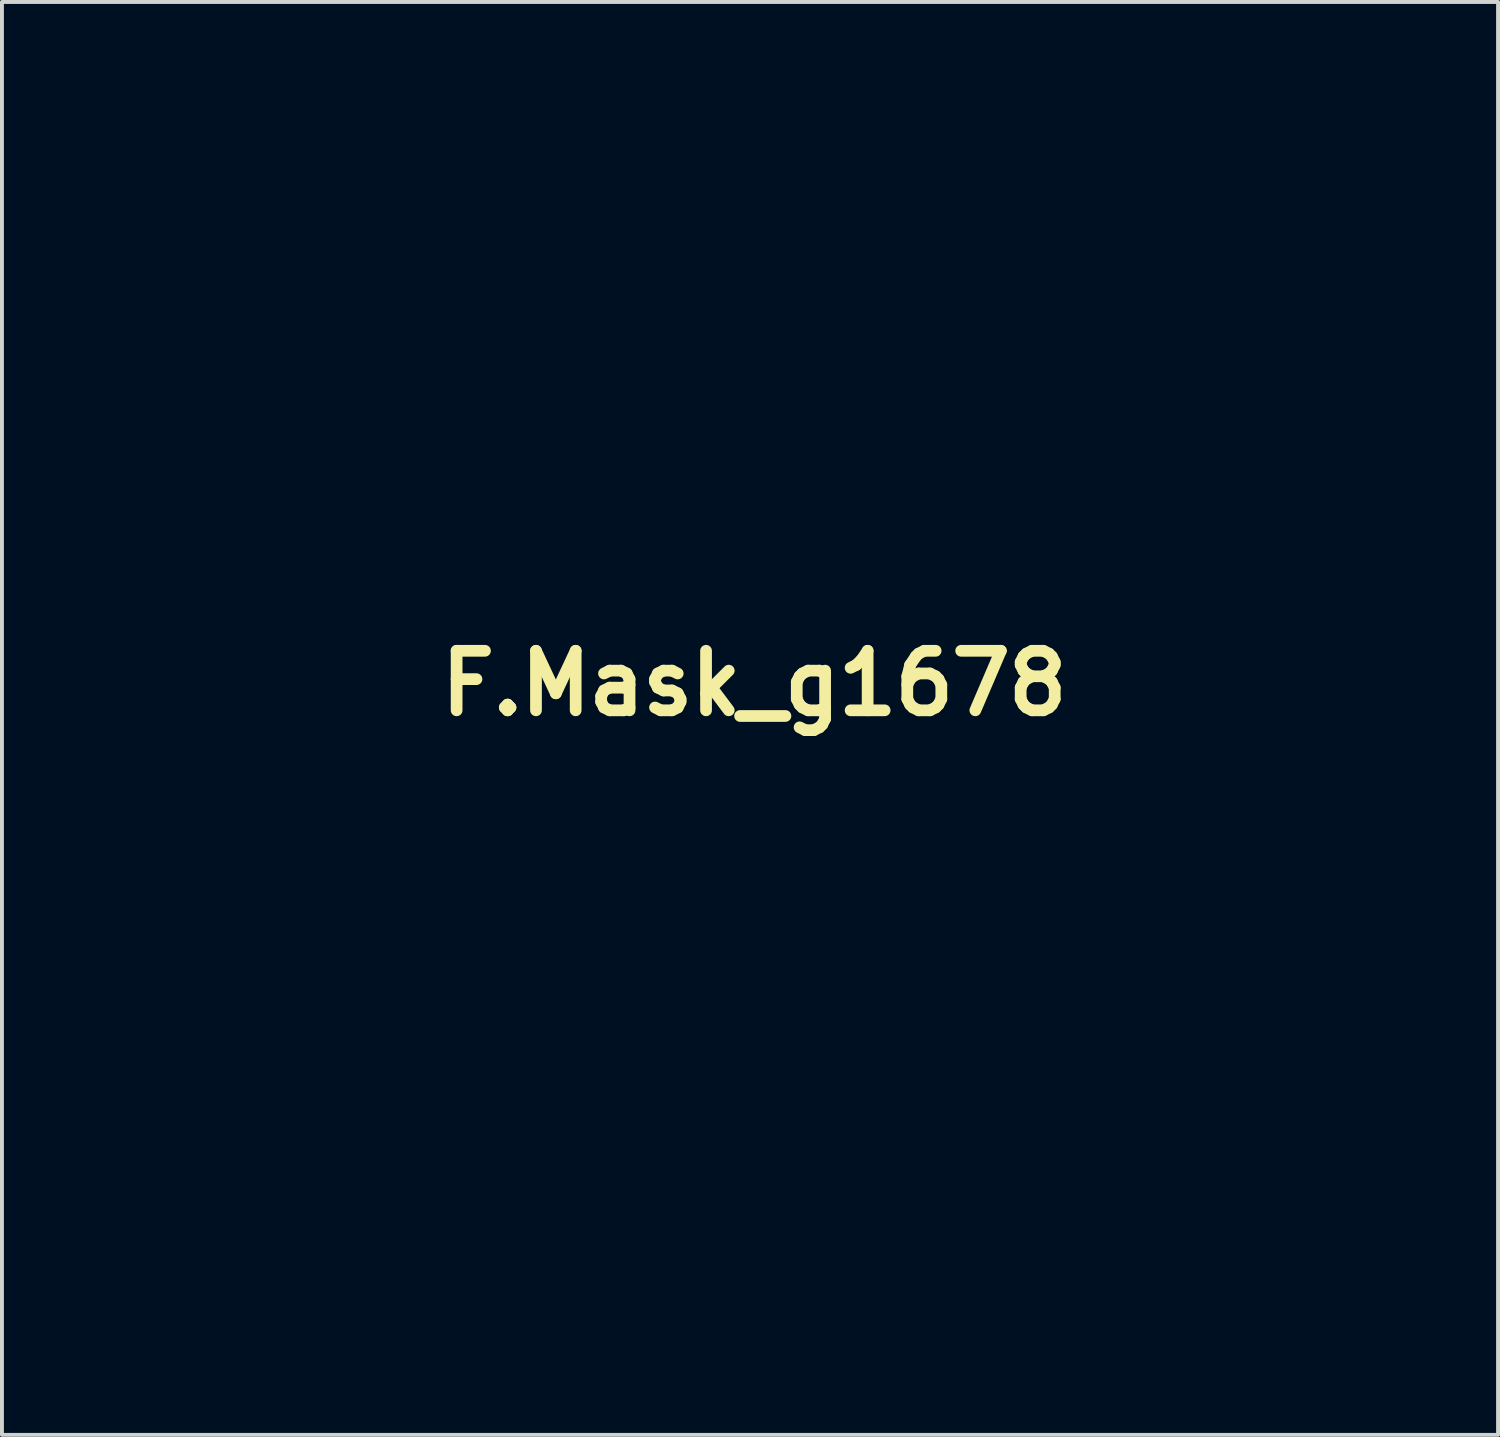
<source format=kicad_pcb>
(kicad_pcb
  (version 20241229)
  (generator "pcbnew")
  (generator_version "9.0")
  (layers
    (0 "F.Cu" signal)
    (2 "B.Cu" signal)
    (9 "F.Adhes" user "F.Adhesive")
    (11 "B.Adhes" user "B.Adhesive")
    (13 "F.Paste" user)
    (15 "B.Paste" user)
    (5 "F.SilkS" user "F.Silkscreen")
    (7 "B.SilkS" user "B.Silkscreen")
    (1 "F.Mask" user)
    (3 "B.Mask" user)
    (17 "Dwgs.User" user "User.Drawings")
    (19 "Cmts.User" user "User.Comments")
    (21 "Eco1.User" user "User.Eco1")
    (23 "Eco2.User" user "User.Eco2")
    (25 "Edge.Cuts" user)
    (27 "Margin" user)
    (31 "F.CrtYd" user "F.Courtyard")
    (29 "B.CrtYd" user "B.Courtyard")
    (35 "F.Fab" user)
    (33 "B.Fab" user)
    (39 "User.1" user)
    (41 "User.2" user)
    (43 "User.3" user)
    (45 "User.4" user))
  (footprint "F.Mask_g1678"
    (layer "F.Cu")
    (at 16.261 14.447)
    (property "Reference" "F.Mask_g1678" (at 0 0 0) (layer "F.SilkS") (effects (font (size 1.524 1.524) (thickness 0.3))))
    (attr through_hole)
    (fp_poly (pts (xy -16.002 -3.486) (xy -15.984 -3.407) (xy -15.967 -3.286) (xy -15.956 -3.179) (xy -15.945 -2.982) (xy -15.947 -2.8) (xy -15.962 -2.638) (xy -15.989 -2.504) (xy -16.023 -2.414) (xy -16.061 -2.348) (xy -16.108 -2.284) (xy -16.157 -2.228) (xy -16.201 -2.185) (xy -16.236 -2.162) (xy -16.254 -2.165) (xy -16.256 -2.175) (xy -16.25 -2.203) (xy -16.235 -2.257) (xy -16.224 -2.294) (xy -16.207 -2.363) (xy -16.189 -2.462) (xy -16.169 -2.593) (xy -16.147 -2.76) (xy -16.122 -2.965) (xy -16.096 -3.196) (xy -16.083 -3.306) (xy -16.07 -3.401) (xy -16.058 -3.474) (xy -16.048 -3.515) (xy -16.045 -3.521) (xy -16.023 -3.524) (xy -16.002 -3.486)) (stroke (width 0.01) (type solid)) (fill yes) (layer "F.Mask"))
    (fp_poly (pts (xy 16.04 4.011) (xy 16.037 4.045) (xy 16.015 4.104) (xy 15.975 4.192) (xy 15.914 4.312) (xy 15.876 4.386) (xy 15.712 4.725) (xy 15.579 5.051) (xy 15.474 5.375) (xy 15.394 5.709) (xy 15.335 6.064) (xy 15.334 6.075) (xy 15.314 6.212) (xy 15.297 6.312) (xy 15.281 6.379) (xy 15.265 6.418) (xy 15.247 6.434) (xy 15.241 6.435) (xy 15.223 6.416) (xy 15.204 6.371) (xy 15.199 6.355) (xy 15.178 6.243) (xy 15.165 6.104) (xy 15.161 5.955) (xy 15.166 5.812) (xy 15.175 5.734) (xy 15.212 5.522) (xy 15.265 5.306) (xy 15.329 5.091) (xy 15.404 4.881) (xy 15.487 4.683) (xy 15.575 4.5) (xy 15.666 4.339) (xy 15.758 4.204) (xy 15.849 4.101) (xy 15.937 4.034) (xy 15.943 4.03) (xy 15.992 4.007) (xy 16.025 4) (xy 16.04 4.011)) (stroke (width 0.01) (type solid)) (fill yes) (layer "F.Mask"))
    (fp_poly (pts (xy -8.513 -14.343) (xy -8.523 -14.233) (xy -8.567 -14.112) (xy -8.646 -13.977) (xy -8.762 -13.827) (xy -8.914 -13.661) (xy -8.999 -13.577) (xy -9.204 -13.39) (xy -9.418 -13.216) (xy -9.637 -13.058) (xy -9.857 -12.917) (xy -10.072 -12.797) (xy -10.277 -12.701) (xy -10.468 -12.631) (xy -10.639 -12.591) (xy -10.697 -12.584) (xy -10.77 -12.581) (xy -10.828 -12.582) (xy -10.853 -12.586) (xy -10.878 -12.608) (xy -10.88 -12.615) (xy -10.862 -12.631) (xy -10.814 -12.662) (xy -10.741 -12.704) (xy -10.652 -12.752) (xy -10.631 -12.763) (xy -10.423 -12.879) (xy -10.213 -13.007) (xy -9.992 -13.154) (xy -9.754 -13.325) (xy -9.684 -13.377) (xy -9.451 -13.554) (xy -9.24 -13.72) (xy -9.053 -13.874) (xy -8.893 -14.014) (xy -8.761 -14.137) (xy -8.661 -14.242) (xy -8.594 -14.326) (xy -8.59 -14.333) (xy -8.52 -14.442) (xy -8.513 -14.343)) (stroke (width 0.01) (type solid)) (fill yes) (layer "F.Mask"))
    (fp_poly (pts (xy -8.402 14.181) (xy -8.28 14.194) (xy -8.141 14.216) (xy -7.99 14.247) (xy -7.833 14.285) (xy -7.677 14.33) (xy -7.57 14.365) (xy -7.257 14.491) (xy -6.939 14.656) (xy -6.621 14.856) (xy -6.307 15.09) (xy -6.297 15.098) (xy -6.19 15.188) (xy -6.089 15.28) (xy -6 15.369) (xy -5.925 15.45) (xy -5.868 15.52) (xy -5.833 15.575) (xy -5.823 15.61) (xy -5.84 15.621) (xy -5.866 15.61) (xy -5.914 15.58) (xy -5.961 15.548) (xy -6.222 15.366) (xy -6.46 15.207) (xy -6.687 15.067) (xy -6.91 14.938) (xy -7.14 14.816) (xy -7.348 14.712) (xy -7.593 14.598) (xy -7.811 14.505) (xy -8.012 14.43) (xy -8.204 14.37) (xy -8.333 14.336) (xy -8.457 14.303) (xy -8.542 14.275) (xy -8.592 14.249) (xy -8.611 14.224) (xy -8.606 14.206) (xy -8.571 14.186) (xy -8.501 14.178) (xy -8.402 14.181)) (stroke (width 0.01) (type solid)) (fill yes) (layer "F.Mask"))
    (fp_poly (pts (xy 2.853 15.796) (xy 2.993 15.812) (xy 3.111 15.841) (xy 3.216 15.886) (xy 3.241 15.899) (xy 3.3 15.934) (xy 3.333 15.96) (xy 3.336 15.979) (xy 3.307 15.991) (xy 3.243 15.998) (xy 3.142 16.001) (xy 3.023 16.002) (xy 2.891 16.004) (xy 2.758 16.008) (xy 2.635 16.014) (xy 2.538 16.022) (xy 2.518 16.024) (xy 2.418 16.039) (xy 2.293 16.06) (xy 2.153 16.086) (xy 2.008 16.114) (xy 1.87 16.143) (xy 1.748 16.171) (xy 1.653 16.194) (xy 1.621 16.203) (xy 1.552 16.222) (xy 1.494 16.233) (xy 1.475 16.235) (xy 1.447 16.232) (xy 1.449 16.218) (xy 1.471 16.193) (xy 1.517 16.154) (xy 1.592 16.104) (xy 1.686 16.048) (xy 1.788 15.993) (xy 1.888 15.944) (xy 1.97 15.909) (xy 2.187 15.843) (xy 2.416 15.804) (xy 2.667 15.791) (xy 2.682 15.791) (xy 2.853 15.796)) (stroke (width 0.01) (type solid)) (fill yes) (layer "F.Mask"))
    (fp_poly (pts (xy -13.135 2.459) (xy -13.113 2.507) (xy -13.093 2.595) (xy -13.082 2.672) (xy -13.053 2.839) (xy -13.014 2.97) (xy -12.965 3.073) (xy -12.901 3.152) (xy -12.896 3.158) (xy -12.831 3.217) (xy -12.771 3.259) (xy -12.709 3.286) (xy -12.634 3.302) (xy -12.537 3.31) (xy -12.409 3.311) (xy -12.388 3.311) (xy -12.284 3.312) (xy -12.198 3.315) (xy -12.137 3.319) (xy -12.108 3.325) (xy -12.107 3.327) (xy -12.125 3.349) (xy -12.169 3.382) (xy -12.229 3.418) (xy -12.293 3.45) (xy -12.334 3.466) (xy -12.445 3.492) (xy -12.574 3.503) (xy -12.703 3.499) (xy -12.804 3.481) (xy -12.932 3.435) (xy -13.03 3.371) (xy -13.104 3.284) (xy -13.161 3.167) (xy -13.198 3.048) (xy -13.214 2.961) (xy -13.224 2.857) (xy -13.227 2.748) (xy -13.224 2.643) (xy -13.215 2.554) (xy -13.2 2.49) (xy -13.189 2.469) (xy -13.16 2.447) (xy -13.135 2.459)) (stroke (width 0.01) (type solid)) (fill yes) (layer "F.Mask"))
    (fp_poly (pts (xy -0.456 9.777) (xy -0.426 9.823) (xy -0.395 9.909) (xy -0.393 9.913) (xy -0.353 10.007) (xy -0.286 10.094) (xy -0.187 10.18) (xy -0.081 10.253) (xy 0.065 10.336) (xy 0.196 10.389) (xy 0.324 10.416) (xy 0.413 10.422) (xy 0.592 10.404) (xy 0.759 10.347) (xy 0.917 10.249) (xy 1.064 10.11) (xy 1.147 10.009) (xy 1.225 9.908) (xy 1.282 9.842) (xy 1.322 9.809) (xy 1.346 9.808) (xy 1.358 9.839) (xy 1.36 9.899) (xy 1.36 9.921) (xy 1.336 10.046) (xy 1.278 10.179) (xy 1.193 10.312) (xy 1.086 10.437) (xy 0.963 10.546) (xy 0.83 10.632) (xy 0.829 10.632) (xy 0.648 10.709) (xy 0.475 10.746) (xy 0.307 10.743) (xy 0.16 10.708) (xy -0.019 10.626) (xy -0.177 10.513) (xy -0.308 10.374) (xy -0.409 10.215) (xy -0.474 10.04) (xy -0.489 9.966) (xy -0.499 9.866) (xy -0.495 9.8) (xy -0.48 9.77) (xy -0.456 9.777)) (stroke (width 0.01) (type solid)) (fill yes) (layer "F.Mask"))
    (fp_poly (pts (xy 9.492 -13.824) (xy 9.564 -13.778) (xy 9.666 -13.704) (xy 9.698 -13.681) (xy 9.773 -13.625) (xy 9.874 -13.548) (xy 9.995 -13.455) (xy 10.13 -13.352) (xy 10.271 -13.243) (xy 10.411 -13.134) (xy 10.425 -13.124) (xy 10.694 -12.915) (xy 10.934 -12.73) (xy 11.148 -12.567) (xy 11.337 -12.425) (xy 11.506 -12.3) (xy 11.658 -12.191) (xy 11.795 -12.094) (xy 11.921 -12.008) (xy 11.954 -11.986) (xy 12.052 -11.92) (xy 12.136 -11.86) (xy 12.199 -11.812) (xy 12.236 -11.779) (xy 12.244 -11.767) (xy 12.235 -11.755) (xy 12.221 -11.751) (xy 12.191 -11.755) (xy 12.135 -11.768) (xy 12.097 -11.778) (xy 11.901 -11.84) (xy 11.683 -11.932) (xy 11.449 -12.049) (xy 11.205 -12.189) (xy 10.956 -12.349) (xy 10.707 -12.526) (xy 10.551 -12.647) (xy 10.439 -12.74) (xy 10.313 -12.853) (xy 10.177 -12.981) (xy 10.039 -13.115) (xy 9.906 -13.25) (xy 9.783 -13.38) (xy 9.676 -13.498) (xy 9.594 -13.597) (xy 9.57 -13.628) (xy 9.5 -13.726) (xy 9.456 -13.794) (xy 9.44 -13.832) (xy 9.451 -13.843) (xy 9.492 -13.824)) (stroke (width 0.01) (type solid)) (fill yes) (layer "F.Mask"))
    (fp_poly (pts (xy 11.016 -5.374) (xy 11.101 -5.369) (xy 11.165 -5.358) (xy 11.218 -5.341) (xy 11.237 -5.333) (xy 11.386 -5.249) (xy 11.52 -5.137) (xy 11.64 -4.994) (xy 11.749 -4.818) (xy 11.849 -4.605) (xy 11.938 -4.363) (xy 12.011 -4.124) (xy 12.069 -3.891) (xy 12.112 -3.669) (xy 12.139 -3.465) (xy 12.149 -3.283) (xy 12.141 -3.128) (xy 12.122 -3.026) (xy 12.07 -2.915) (xy 11.983 -2.805) (xy 11.868 -2.7) (xy 11.73 -2.609) (xy 11.636 -2.561) (xy 11.542 -2.533) (xy 11.425 -2.521) (xy 11.303 -2.526) (xy 11.192 -2.547) (xy 11.186 -2.548) (xy 10.995 -2.629) (xy 10.811 -2.744) (xy 10.646 -2.886) (xy 10.507 -3.049) (xy 10.45 -3.134) (xy 10.386 -3.266) (xy 10.325 -3.432) (xy 10.27 -3.624) (xy 10.221 -3.835) (xy 10.181 -4.056) (xy 10.152 -4.281) (xy 10.135 -4.5) (xy 10.132 -4.604) (xy 10.131 -4.703) (xy 10.134 -4.774) (xy 10.145 -4.831) (xy 10.166 -4.89) (xy 10.199 -4.964) (xy 10.209 -4.984) (xy 10.281 -5.117) (xy 10.358 -5.218) (xy 10.447 -5.291) (xy 10.554 -5.338) (xy 10.686 -5.365) (xy 10.85 -5.376) (xy 10.899 -5.376) (xy 11.016 -5.374)) (stroke (width 0.01) (type solid)) (fill yes) (layer "F.Mask"))
    (fp_poly (pts (xy 6.741 -11.11) (xy 6.771 -11.108) (xy 6.919 -11.095) (xy 7.05 -11.065) (xy 7.177 -11.014) (xy 7.313 -10.938) (xy 7.381 -10.894) (xy 7.524 -10.79) (xy 7.674 -10.664) (xy 7.826 -10.523) (xy 7.975 -10.37) (xy 8.116 -10.213) (xy 8.245 -10.056) (xy 8.356 -9.906) (xy 8.445 -9.768) (xy 8.506 -9.647) (xy 8.52 -9.61) (xy 8.547 -9.483) (xy 8.544 -9.353) (xy 8.509 -9.213) (xy 8.456 -9.083) (xy 8.366 -8.926) (xy 8.26 -8.806) (xy 8.137 -8.722) (xy 8.061 -8.69) (xy 7.957 -8.666) (xy 7.827 -8.65) (xy 7.685 -8.643) (xy 7.545 -8.646) (xy 7.423 -8.659) (xy 7.377 -8.669) (xy 7.214 -8.721) (xy 7.06 -8.796) (xy 6.909 -8.897) (xy 6.757 -9.028) (xy 6.597 -9.192) (xy 6.488 -9.318) (xy 6.329 -9.512) (xy 6.2 -9.682) (xy 6.098 -9.832) (xy 6.02 -9.965) (xy 5.966 -10.085) (xy 5.932 -10.196) (xy 5.916 -10.29) (xy 5.912 -10.447) (xy 5.933 -10.583) (xy 5.982 -10.7) (xy 6.063 -10.806) (xy 6.178 -10.903) (xy 6.331 -10.997) (xy 6.409 -11.038) (xy 6.484 -11.075) (xy 6.54 -11.097) (xy 6.592 -11.109) (xy 6.655 -11.112) (xy 6.741 -11.11)) (stroke (width 0.01) (type solid)) (fill yes) (layer "F.Mask"))
    (fp_poly (pts (xy 9.46 6.051) (xy 9.49 6.1) (xy 9.528 6.173) (xy 9.567 6.258) (xy 9.606 6.349) (xy 9.639 6.437) (xy 9.663 6.513) (xy 9.664 6.518) (xy 9.687 6.649) (xy 9.692 6.801) (xy 9.691 6.847) (xy 9.684 6.95) (xy 9.672 7.028) (xy 9.649 7.101) (xy 9.613 7.186) (xy 9.604 7.205) (xy 9.522 7.346) (xy 9.415 7.483) (xy 9.293 7.604) (xy 9.167 7.699) (xy 9.127 7.722) (xy 8.944 7.8) (xy 8.754 7.848) (xy 8.566 7.863) (xy 8.428 7.851) (xy 8.284 7.811) (xy 8.124 7.739) (xy 7.955 7.639) (xy 7.821 7.542) (xy 7.716 7.458) (xy 7.64 7.394) (xy 7.593 7.349) (xy 7.579 7.326) (xy 7.584 7.324) (xy 7.607 7.33) (xy 7.662 7.349) (xy 7.74 7.376) (xy 7.825 7.406) (xy 7.936 7.443) (xy 8.053 7.477) (xy 8.157 7.503) (xy 8.211 7.514) (xy 8.421 7.529) (xy 8.625 7.505) (xy 8.818 7.444) (xy 8.994 7.349) (xy 9.15 7.221) (xy 9.279 7.065) (xy 9.358 6.927) (xy 9.425 6.753) (xy 9.455 6.581) (xy 9.451 6.397) (xy 9.445 6.344) (xy 9.427 6.208) (xy 9.42 6.112) (xy 9.424 6.054) (xy 9.438 6.033) (xy 9.44 6.032) (xy 9.46 6.051)) (stroke (width 0.01) (type solid)) (fill yes) (layer "F.Mask"))
    (fp_poly (pts (xy -11.006 -2.692) (xy -10.91 -2.656) (xy -10.807 -2.592) (xy -10.774 -2.569) (xy -10.617 -2.428) (xy -10.476 -2.257) (xy -10.361 -2.066) (xy -10.355 -2.054) (xy -10.276 -1.896) (xy -10.279 -1.536) (xy -10.281 -1.402) (xy -10.286 -1.269) (xy -10.293 -1.15) (xy -10.302 -1.054) (xy -10.307 -1.016) (xy -10.328 -0.901) (xy -10.357 -0.769) (xy -10.392 -0.63) (xy -10.428 -0.494) (xy -10.465 -0.37) (xy -10.499 -0.268) (xy -10.528 -0.196) (xy -10.53 -0.19) (xy -10.581 -0.11) (xy -10.651 -0.022) (xy -10.732 0.064) (xy -10.811 0.134) (xy -10.873 0.177) (xy -10.945 0.2) (xy -11.044 0.216) (xy -11.157 0.223) (xy -11.27 0.219) (xy -11.341 0.211) (xy -11.459 0.18) (xy -11.566 0.129) (xy -11.672 0.051) (xy -11.77 -0.04) (xy -11.868 -0.149) (xy -11.94 -0.254) (xy -11.994 -0.372) (xy -12.037 -0.508) (xy -12.055 -0.604) (xy -12.067 -0.732) (xy -12.073 -0.885) (xy -12.074 -1.052) (xy -12.069 -1.225) (xy -12.058 -1.395) (xy -12.042 -1.552) (xy -12.036 -1.592) (xy -11.995 -1.838) (xy -11.946 -2.046) (xy -11.887 -2.218) (xy -11.817 -2.358) (xy -11.731 -2.47) (xy -11.629 -2.556) (xy -11.507 -2.62) (xy -11.363 -2.665) (xy -11.231 -2.691) (xy -11.108 -2.702) (xy -11.006 -2.692)) (stroke (width 0.01) (type solid)) (fill yes) (layer "F.Mask"))
    (fp_poly (pts (xy 14.102 -0.702) (xy 14.151 -0.664) (xy 14.209 -0.612) (xy 14.27 -0.551) (xy 14.327 -0.488) (xy 14.374 -0.429) (xy 14.403 -0.382) (xy 14.466 -0.229) (xy 14.505 -0.068) (xy 14.52 0.09) (xy 14.51 0.236) (xy 14.474 0.36) (xy 14.467 0.373) (xy 14.409 0.469) (xy 14.331 0.569) (xy 14.243 0.663) (xy 14.156 0.739) (xy 14.085 0.784) (xy 14.036 0.804) (xy 13.983 0.819) (xy 13.915 0.828) (xy 13.823 0.834) (xy 13.72 0.837) (xy 13.614 0.839) (xy 13.519 0.839) (xy 13.447 0.837) (xy 13.407 0.834) (xy 13.405 0.833) (xy 13.356 0.812) (xy 13.325 0.779) (xy 13.322 0.747) (xy 13.328 0.74) (xy 13.356 0.727) (xy 13.416 0.71) (xy 13.499 0.691) (xy 13.562 0.678) (xy 13.663 0.656) (xy 13.759 0.631) (xy 13.834 0.606) (xy 13.862 0.594) (xy 13.967 0.522) (xy 14.07 0.419) (xy 14.163 0.293) (xy 14.217 0.196) (xy 14.256 0.116) (xy 14.277 0.056) (xy 14.286 0.000238) (xy 14.285 -0.067) (xy 14.283 -0.102) (xy 14.274 -0.178) (xy 14.258 -0.249) (xy 14.23 -0.329) (xy 14.186 -0.429) (xy 14.164 -0.476) (xy 14.121 -0.565) (xy 14.087 -0.639) (xy 14.063 -0.691) (xy 14.055 -0.712) (xy 14.055 -0.712) (xy 14.067 -0.72) (xy 14.102 -0.702)) (stroke (width 0.01) (type solid)) (fill yes) (layer "F.Mask"))
    (fp_poly (pts (xy -5.076 -12.413) (xy -4.984 -12.394) (xy -4.913 -12.37) (xy -4.855 -12.339) (xy -4.796 -12.291) (xy -4.731 -12.226) (xy -4.661 -12.146) (xy -4.595 -12.058) (xy -4.545 -11.977) (xy -4.54 -11.969) (xy -4.508 -11.899) (xy -4.489 -11.839) (xy -4.48 -11.772) (xy -4.477 -11.682) (xy -4.477 -11.663) (xy -4.48 -11.565) (xy -4.489 -11.49) (xy -4.509 -11.423) (xy -4.543 -11.344) (xy -4.544 -11.341) (xy -4.667 -11.124) (xy -4.814 -10.94) (xy -4.987 -10.79) (xy -5.185 -10.675) (xy -5.333 -10.615) (xy -5.468 -10.576) (xy -5.625 -10.538) (xy -5.795 -10.505) (xy -5.973 -10.475) (xy -6.152 -10.451) (xy -6.323 -10.432) (xy -6.481 -10.421) (xy -6.618 -10.417) (xy -6.727 -10.422) (xy -6.795 -10.434) (xy -6.878 -10.467) (xy -6.975 -10.515) (xy -7.069 -10.57) (xy -7.146 -10.625) (xy -7.176 -10.651) (xy -7.238 -10.721) (xy -7.282 -10.794) (xy -7.311 -10.879) (xy -7.327 -10.984) (xy -7.334 -11.119) (xy -7.334 -11.176) (xy -7.333 -11.287) (xy -7.331 -11.367) (xy -7.324 -11.425) (xy -7.311 -11.473) (xy -7.291 -11.521) (xy -7.266 -11.571) (xy -7.163 -11.727) (xy -7.025 -11.868) (xy -6.851 -11.993) (xy -6.639 -12.104) (xy -6.389 -12.201) (xy -6.179 -12.264) (xy -5.903 -12.333) (xy -5.653 -12.382) (xy -5.43 -12.412) (xy -5.236 -12.423) (xy -5.076 -12.413)) (stroke (width 0.01) (type solid)) (fill yes) (layer "F.Mask"))
    (fp_poly (pts (xy 0.254 5.401) (xy 0.41 5.412) (xy 0.554 5.428) (xy 0.561 5.429) (xy 0.672 5.448) (xy 0.803 5.475) (xy 0.944 5.506) (xy 1.088 5.54) (xy 1.225 5.575) (xy 1.347 5.609) (xy 1.446 5.639) (xy 1.513 5.663) (xy 1.52 5.666) (xy 1.58 5.705) (xy 1.656 5.767) (xy 1.736 5.843) (xy 1.812 5.923) (xy 1.872 5.995) (xy 1.898 6.036) (xy 1.916 6.079) (xy 1.928 6.133) (xy 1.935 6.209) (xy 1.937 6.315) (xy 1.937 6.339) (xy 1.936 6.443) (xy 1.932 6.518) (xy 1.923 6.576) (xy 1.906 6.63) (xy 1.877 6.693) (xy 1.859 6.731) (xy 1.75 6.907) (xy 1.612 7.052) (xy 1.445 7.167) (xy 1.25 7.251) (xy 1.096 7.291) (xy 1.005 7.304) (xy 0.881 7.313) (xy 0.734 7.319) (xy 0.575 7.321) (xy 0.414 7.32) (xy 0.259 7.315) (xy 0.121 7.306) (xy 0.064 7.3) (xy -0.177 7.266) (xy -0.397 7.222) (xy -0.59 7.169) (xy -0.751 7.109) (xy -0.871 7.046) (xy -0.963 6.974) (xy -1.036 6.881) (xy -1.097 6.761) (xy -1.136 6.653) (xy -1.166 6.549) (xy -1.18 6.461) (xy -1.182 6.368) (xy -1.18 6.329) (xy -1.167 6.209) (xy -1.14 6.106) (xy -1.094 6.012) (xy -1.022 5.915) (xy -0.922 5.807) (xy -0.902 5.787) (xy -0.806 5.697) (xy -0.722 5.629) (xy -0.638 5.575) (xy -0.548 5.529) (xy -0.455 5.487) (xy -0.361 5.451) (xy -0.284 5.425) (xy -0.266 5.42) (xy -0.172 5.405) (xy -0.047 5.397) (xy 0.098 5.396) (xy 0.254 5.401)) (stroke (width 0.01) (type solid)) (fill yes) (layer "F.Mask"))
    (fp_poly (pts (xy -7.912 6.413) (xy -7.907 6.469) (xy -7.904 6.557) (xy -7.902 6.669) (xy -7.902 6.801) (xy -7.902 6.842) (xy -7.903 6.991) (xy -7.903 7.105) (xy -7.902 7.191) (xy -7.897 7.256) (xy -7.89 7.306) (xy -7.88 7.35) (xy -7.865 7.393) (xy -7.848 7.437) (xy -7.74 7.656) (xy -7.602 7.852) (xy -7.44 8.021) (xy -7.257 8.162) (xy -7.057 8.272) (xy -6.844 8.347) (xy -6.623 8.386) (xy -6.398 8.386) (xy -6.358 8.382) (xy -6.232 8.362) (xy -6.116 8.333) (xy -5.999 8.291) (xy -5.871 8.233) (xy -5.721 8.154) (xy -5.687 8.136) (xy -5.595 8.086) (xy -5.516 8.045) (xy -5.459 8.018) (xy -5.428 8.007) (xy -5.426 8.008) (xy -5.42 8.041) (xy -5.435 8.097) (xy -5.467 8.163) (xy -5.509 8.225) (xy -5.619 8.344) (xy -5.759 8.467) (xy -5.917 8.584) (xy -6.082 8.688) (xy -6.218 8.758) (xy -6.273 8.781) (xy -6.325 8.796) (xy -6.384 8.807) (xy -6.46 8.813) (xy -6.564 8.818) (xy -6.625 8.819) (xy -6.801 8.819) (xy -6.942 8.811) (xy -7.038 8.797) (xy -7.266 8.724) (xy -7.483 8.614) (xy -7.685 8.471) (xy -7.865 8.3) (xy -8.018 8.106) (xy -8.14 7.893) (xy -8.175 7.812) (xy -8.195 7.757) (xy -8.208 7.702) (xy -8.216 7.637) (xy -8.22 7.552) (xy -8.221 7.437) (xy -8.221 7.408) (xy -8.22 7.283) (xy -8.216 7.188) (xy -8.207 7.109) (xy -8.192 7.035) (xy -8.169 6.952) (xy -8.163 6.932) (xy -8.132 6.839) (xy -8.093 6.738) (xy -8.051 6.637) (xy -8.009 6.545) (xy -7.971 6.468) (xy -7.94 6.415) (xy -7.919 6.393) (xy -7.917 6.392) (xy -7.912 6.413)) (stroke (width 0.01) (type solid)) (fill yes) (layer "F.Mask"))
    (fp_poly (pts (xy 13.732 7.426) (xy 13.724 7.456) (xy 13.691 7.518) (xy 13.634 7.608) (xy 13.555 7.725) (xy 13.455 7.866) (xy 13.336 8.03) (xy 13.2 8.214) (xy 13.048 8.417) (xy 12.881 8.635) (xy 12.702 8.868) (xy 12.511 9.112) (xy 12.31 9.367) (xy 12.101 9.63) (xy 12.075 9.663) (xy 11.867 9.92) (xy 11.68 10.148) (xy 11.508 10.351) (xy 11.346 10.534) (xy 11.189 10.701) (xy 11.033 10.858) (xy 10.873 11.008) (xy 10.705 11.157) (xy 10.522 11.309) (xy 10.321 11.469) (xy 10.096 11.641) (xy 9.843 11.831) (xy 9.821 11.847) (xy 9.625 11.99) (xy 9.424 12.134) (xy 9.221 12.274) (xy 9.019 12.411) (xy 8.821 12.542) (xy 8.629 12.665) (xy 8.447 12.78) (xy 8.276 12.884) (xy 8.121 12.975) (xy 7.983 13.053) (xy 7.865 13.114) (xy 7.77 13.158) (xy 7.7 13.183) (xy 7.66 13.188) (xy 7.65 13.17) (xy 7.652 13.163) (xy 7.681 13.128) (xy 7.74 13.079) (xy 7.823 13.021) (xy 7.923 12.96) (xy 7.98 12.927) (xy 8.089 12.863) (xy 8.227 12.777) (xy 8.389 12.671) (xy 8.57 12.549) (xy 8.764 12.415) (xy 8.968 12.272) (xy 9.176 12.123) (xy 9.384 11.972) (xy 9.586 11.823) (xy 9.778 11.678) (xy 9.956 11.542) (xy 10.113 11.417) (xy 10.202 11.344) (xy 10.414 11.165) (xy 10.618 10.985) (xy 10.817 10.802) (xy 11.014 10.613) (xy 11.21 10.415) (xy 11.409 10.205) (xy 11.614 9.98) (xy 11.827 9.736) (xy 12.051 9.472) (xy 12.289 9.184) (xy 12.543 8.869) (xy 12.816 8.525) (xy 13.043 8.234) (xy 13.21 8.021) (xy 13.352 7.842) (xy 13.47 7.696) (xy 13.566 7.582) (xy 13.639 7.499) (xy 13.691 7.446) (xy 13.722 7.423) (xy 13.732 7.426)) (stroke (width 0.01) (type solid)) (fill yes) (layer "F.Mask"))
    (fp_poly (pts (xy -13.546 6.934) (xy -13.414 6.975) (xy -13.289 7.046) (xy -13.168 7.149) (xy -13.046 7.288) (xy -12.92 7.466) (xy -12.89 7.512) (xy -12.618 7.936) (xy -12.354 8.326) (xy -12.094 8.692) (xy -11.831 9.041) (xy -11.56 9.379) (xy -11.275 9.714) (xy -11.039 9.98) (xy -10.88 10.152) (xy -10.699 10.34) (xy -10.503 10.538) (xy -10.3 10.739) (xy -10.097 10.936) (xy -9.901 11.12) (xy -9.719 11.286) (xy -9.588 11.401) (xy -9.475 11.5) (xy -9.366 11.596) (xy -9.268 11.686) (xy -9.187 11.762) (xy -9.129 11.819) (xy -9.115 11.834) (xy -8.934 12.062) (xy -8.794 12.302) (xy -8.694 12.551) (xy -8.635 12.809) (xy -8.621 12.928) (xy -8.616 13.024) (xy -8.618 13.08) (xy -8.627 13.1) (xy -8.643 13.083) (xy -8.654 13.065) (xy -8.668 13.03) (xy -8.691 12.965) (xy -8.719 12.88) (xy -8.743 12.806) (xy -8.814 12.608) (xy -8.9 12.414) (xy -8.997 12.229) (xy -9.1 12.06) (xy -9.206 11.914) (xy -9.312 11.797) (xy -9.403 11.721) (xy -9.517 11.638) (xy -9.656 11.527) (xy -9.817 11.39) (xy -9.997 11.23) (xy -10.192 11.051) (xy -10.399 10.854) (xy -10.616 10.644) (xy -10.838 10.422) (xy -10.891 10.368) (xy -11.167 10.083) (xy -11.416 9.815) (xy -11.643 9.558) (xy -11.854 9.303) (xy -12.054 9.045) (xy -12.248 8.775) (xy -12.442 8.489) (xy -12.641 8.177) (xy -12.85 7.834) (xy -12.864 7.81) (xy -12.969 7.637) (xy -13.055 7.496) (xy -13.127 7.384) (xy -13.188 7.297) (xy -13.241 7.23) (xy -13.289 7.18) (xy -13.336 7.142) (xy -13.383 7.113) (xy -13.426 7.092) (xy -13.517 7.053) (xy -13.614 7.016) (xy -13.674 6.996) (xy -13.757 6.967) (xy -13.8 6.945) (xy -13.802 6.931) (xy -13.762 6.924) (xy -13.689 6.921) (xy -13.546 6.934)) (stroke (width 0.01) (type solid)) (fill yes) (layer "F.Mask"))
    (fp_poly (pts (xy 15.521 -2.805) (xy 15.526 -2.782) (xy 15.542 -2.716) (xy 15.559 -2.646) (xy 15.576 -2.564) (xy 15.597 -2.448) (xy 15.619 -2.309) (xy 15.642 -2.155) (xy 15.663 -1.995) (xy 15.683 -1.838) (xy 15.695 -1.725) (xy 15.716 -1.481) (xy 15.732 -1.204) (xy 15.743 -0.901) (xy 15.75 -0.582) (xy 15.752 -0.254) (xy 15.75 0.075) (xy 15.742 0.396) (xy 15.73 0.7) (xy 15.714 0.98) (xy 15.696 1.198) (xy 15.682 1.324) (xy 15.662 1.48) (xy 15.639 1.652) (xy 15.614 1.828) (xy 15.588 1.996) (xy 15.584 2.021) (xy 15.557 2.191) (xy 15.537 2.33) (xy 15.523 2.447) (xy 15.514 2.554) (xy 15.508 2.66) (xy 15.506 2.776) (xy 15.505 2.873) (xy 15.504 3.016) (xy 15.501 3.12) (xy 15.495 3.189) (xy 15.485 3.227) (xy 15.469 3.237) (xy 15.446 3.223) (xy 15.416 3.189) (xy 15.411 3.183) (xy 15.389 3.149) (xy 15.371 3.106) (xy 15.358 3.054) (xy 15.35 2.986) (xy 15.348 2.901) (xy 15.351 2.795) (xy 15.36 2.664) (xy 15.375 2.505) (xy 15.395 2.314) (xy 15.421 2.088) (xy 15.45 1.841) (xy 15.481 1.591) (xy 15.507 1.376) (xy 15.528 1.191) (xy 15.545 1.027) (xy 15.559 0.88) (xy 15.569 0.743) (xy 15.577 0.608) (xy 15.582 0.471) (xy 15.586 0.323) (xy 15.588 0.16) (xy 15.588 -0.027) (xy 15.588 -0.242) (xy 15.588 -0.328) (xy 15.588 -0.584) (xy 15.586 -0.806) (xy 15.583 -0.999) (xy 15.579 -1.172) (xy 15.574 -1.331) (xy 15.566 -1.484) (xy 15.556 -1.638) (xy 15.545 -1.8) (xy 15.541 -1.841) (xy 15.524 -2.066) (xy 15.509 -2.253) (xy 15.498 -2.405) (xy 15.49 -2.526) (xy 15.484 -2.619) (xy 15.481 -2.69) (xy 15.48 -2.74) (xy 15.482 -2.775) (xy 15.485 -2.797) (xy 15.491 -2.811) (xy 15.492 -2.814) (xy 15.508 -2.827) (xy 15.521 -2.805)) (stroke (width 0.01) (type solid)) (fill yes) (layer "F.Mask"))
    (fp_poly (pts (xy -15.221 -1.1) (xy -15.19 -1.078) (xy -15.159 -1.049) (xy -15.133 -1.012) (xy -15.112 -0.963) (xy -15.096 -0.898) (xy -15.084 -0.812) (xy -15.075 -0.701) (xy -15.068 -0.562) (xy -15.064 -0.388) (xy -15.061 -0.177) (xy -15.061 -0.175) (xy -15.058 0.041) (xy -15.053 0.223) (xy -15.047 0.379) (xy -15.038 0.516) (xy -15.027 0.642) (xy -15.013 0.766) (xy -15.009 0.794) (xy -14.967 1.083) (xy -14.916 1.374) (xy -14.856 1.673) (xy -14.784 1.986) (xy -14.7 2.319) (xy -14.602 2.678) (xy -14.488 3.07) (xy -14.487 3.073) (xy -14.414 3.322) (xy -14.352 3.535) (xy -14.302 3.715) (xy -14.264 3.867) (xy -14.237 3.995) (xy -14.221 4.102) (xy -14.215 4.193) (xy -14.22 4.271) (xy -14.234 4.341) (xy -14.258 4.406) (xy -14.291 4.471) (xy -14.333 4.539) (xy -14.364 4.585) (xy -14.423 4.668) (xy -14.487 4.752) (xy -14.551 4.83) (xy -14.61 4.898) (xy -14.66 4.949) (xy -14.694 4.978) (xy -14.71 4.979) (xy -14.71 4.977) (xy -14.699 4.947) (xy -14.669 4.893) (xy -14.625 4.826) (xy -14.615 4.811) (xy -14.504 4.639) (xy -14.426 4.483) (xy -14.379 4.338) (xy -14.36 4.195) (xy -14.367 4.048) (xy -14.371 4.022) (xy -14.383 3.962) (xy -14.408 3.869) (xy -14.442 3.749) (xy -14.483 3.61) (xy -14.53 3.458) (xy -14.58 3.3) (xy -14.585 3.285) (xy -14.689 2.964) (xy -14.778 2.677) (xy -14.855 2.418) (xy -14.921 2.181) (xy -14.977 1.96) (xy -15.026 1.75) (xy -15.068 1.544) (xy -15.105 1.336) (xy -15.134 1.154) (xy -15.146 1.069) (xy -15.156 0.984) (xy -15.164 0.895) (xy -15.17 0.794) (xy -15.176 0.677) (xy -15.18 0.538) (xy -15.184 0.371) (xy -15.187 0.171) (xy -15.189 0.021) (xy -15.192 -0.21) (xy -15.195 -0.402) (xy -15.198 -0.56) (xy -15.201 -0.687) (xy -15.205 -0.787) (xy -15.21 -0.864) (xy -15.217 -0.921) (xy -15.224 -0.963) (xy -15.234 -0.994) (xy -15.245 -1.016) (xy -15.259 -1.034) (xy -15.262 -1.038) (xy -15.296 -1.088) (xy -15.296 -1.117) (xy -15.27 -1.122) (xy -15.221 -1.1)) (stroke (width 0.01) (type solid)) (fill yes) (layer "F.Mask"))
    (fp_poly (pts (xy 12.485 5.906) (xy 12.531 5.975) (xy 12.569 6.039) (xy 12.688 6.265) (xy 12.774 6.468) (xy 12.827 6.648) (xy 12.848 6.807) (xy 12.848 6.828) (xy 12.838 6.942) (xy 12.81 7.082) (xy 12.767 7.237) (xy 12.712 7.396) (xy 12.649 7.548) (xy 12.639 7.568) (xy 12.528 7.781) (xy 12.416 7.956) (xy 12.298 8.097) (xy 12.171 8.208) (xy 12.031 8.294) (xy 11.893 8.353) (xy 11.792 8.385) (xy 11.68 8.418) (xy 11.564 8.448) (xy 11.451 8.474) (xy 11.35 8.495) (xy 11.267 8.509) (xy 11.21 8.514) (xy 11.187 8.51) (xy 11.197 8.489) (xy 11.23 8.448) (xy 11.281 8.395) (xy 11.285 8.391) (xy 11.386 8.275) (xy 11.447 8.16) (xy 11.471 8.043) (xy 11.471 8.022) (xy 11.46 7.927) (xy 11.791 7.927) (xy 11.792 7.999) (xy 11.799 8.043) (xy 11.811 8.065) (xy 11.814 8.067) (xy 11.845 8.081) (xy 11.874 8.078) (xy 11.91 8.052) (xy 11.962 8) (xy 11.975 7.986) (xy 12.077 7.864) (xy 12.176 7.724) (xy 12.268 7.571) (xy 12.352 7.411) (xy 12.425 7.251) (xy 12.484 7.097) (xy 12.526 6.955) (xy 12.549 6.83) (xy 12.55 6.728) (xy 12.539 6.68) (xy 12.509 6.648) (xy 12.459 6.65) (xy 12.393 6.686) (xy 12.314 6.754) (xy 12.311 6.757) (xy 12.19 6.895) (xy 12.076 7.057) (xy 11.966 7.251) (xy 11.91 7.363) (xy 11.863 7.461) (xy 11.832 7.534) (xy 11.813 7.595) (xy 11.802 7.658) (xy 11.797 7.736) (xy 11.793 7.818) (xy 11.791 7.927) (xy 11.46 7.927) (xy 11.46 7.925) (xy 11.424 7.853) (xy 11.354 7.791) (xy 11.347 7.785) (xy 11.3 7.75) (xy 11.271 7.721) (xy 11.268 7.715) (xy 11.281 7.692) (xy 11.319 7.656) (xy 11.347 7.636) (xy 11.434 7.556) (xy 11.507 7.454) (xy 11.556 7.344) (xy 11.569 7.29) (xy 11.573 7.217) (xy 11.555 7.156) (xy 11.537 7.124) (xy 11.49 7.049) (xy 11.54 7.03) (xy 11.595 7.008) (xy 11.658 6.984) (xy 11.735 6.937) (xy 11.813 6.858) (xy 11.883 6.754) (xy 11.899 6.725) (xy 11.923 6.667) (xy 11.939 6.597) (xy 11.95 6.504) (xy 11.955 6.419) (xy 11.96 6.329) (xy 11.967 6.257) (xy 11.974 6.212) (xy 11.979 6.202) (xy 12.003 6.213) (xy 12.048 6.242) (xy 12.077 6.263) (xy 12.162 6.317) (xy 12.231 6.341) (xy 12.293 6.338) (xy 12.319 6.329) (xy 12.385 6.281) (xy 12.424 6.203) (xy 12.438 6.093) (xy 12.434 6.01) (xy 12.429 5.927) (xy 12.435 5.882) (xy 12.453 5.875) (xy 12.485 5.906)) (stroke (width 0.01) (type solid)) (fill yes) (layer "F.Mask"))
    (fp_poly (pts (xy -11.607 6.664) (xy -11.585 6.711) (xy -11.579 6.735) (xy -11.533 6.872) (xy -11.471 6.973) (xy -11.39 7.04) (xy -11.285 7.078) (xy -11.215 7.087) (xy -11.089 7.096) (xy -11 6.998) (xy -10.949 6.947) (xy -10.908 6.912) (xy -10.886 6.9) (xy -10.858 6.919) (xy -10.845 6.968) (xy -10.85 7.04) (xy -10.85 7.041) (xy -10.848 7.114) (xy -10.821 7.199) (xy -10.776 7.284) (xy -10.72 7.361) (xy -10.659 7.419) (xy -10.598 7.449) (xy -10.581 7.451) (xy -10.537 7.441) (xy -10.476 7.418) (xy -10.456 7.408) (xy -10.373 7.375) (xy -10.312 7.368) (xy -10.277 7.39) (xy -10.274 7.396) (xy -10.277 7.429) (xy -10.296 7.486) (xy -10.32 7.537) (xy -10.36 7.648) (xy -10.363 7.75) (xy -10.326 7.853) (xy -10.307 7.886) (xy -10.24 7.971) (xy -10.15 8.04) (xy -10.032 8.097) (xy -9.88 8.143) (xy -9.816 8.158) (xy -9.774 8.174) (xy -9.758 8.191) (xy -9.774 8.212) (xy -9.818 8.247) (xy -9.879 8.289) (xy -9.879 8.289) (xy -9.961 8.344) (xy -10.013 8.388) (xy -10.04 8.43) (xy -10.05 8.481) (xy -10.048 8.547) (xy -10.036 8.63) (xy -10.009 8.686) (xy -9.961 8.724) (xy -9.883 8.749) (xy -9.8 8.762) (xy -9.685 8.779) (xy -9.605 8.793) (xy -9.556 8.805) (xy -9.531 8.817) (xy -9.525 8.829) (xy -9.539 8.849) (xy -9.583 8.869) (xy -9.66 8.89) (xy -9.773 8.911) (xy -9.906 8.932) (xy -10.076 8.954) (xy -10.243 8.971) (xy -10.397 8.981) (xy -10.532 8.985) (xy -10.639 8.983) (xy -10.703 8.975) (xy -10.838 8.931) (xy -10.987 8.854) (xy -11.143 8.75) (xy -11.299 8.622) (xy -11.446 8.479) (xy -11.582 8.314) (xy -11.686 8.14) (xy -11.768 7.943) (xy -11.769 7.938) (xy -11.805 7.784) (xy -11.82 7.601) (xy -11.816 7.447) (xy -11.585 7.447) (xy -11.581 7.527) (xy -11.577 7.556) (xy -11.537 7.738) (xy -11.467 7.91) (xy -11.364 8.077) (xy -11.225 8.247) (xy -11.155 8.321) (xy -10.994 8.473) (xy -10.848 8.592) (xy -10.716 8.677) (xy -10.601 8.726) (xy -10.505 8.739) (xy -10.434 8.72) (xy -10.395 8.677) (xy -10.37 8.604) (xy -10.362 8.512) (xy -10.371 8.428) (xy -10.42 8.269) (xy -10.509 8.103) (xy -10.638 7.929) (xy -10.807 7.746) (xy -10.84 7.714) (xy -10.987 7.582) (xy -11.118 7.483) (xy -11.237 7.417) (xy -11.35 7.378) (xy -11.462 7.366) (xy -11.464 7.366) (xy -11.53 7.373) (xy -11.569 7.397) (xy -11.585 7.447) (xy -11.816 7.447) (xy -11.815 7.399) (xy -11.79 7.185) (xy -11.746 6.967) (xy -11.69 6.771) (xy -11.659 6.693) (xy -11.631 6.658) (xy -11.607 6.664)) (stroke (width 0.01) (type solid)) (fill yes) (layer "F.Mask"))
    (fp_poly (pts (xy 7.175 9.35) (xy 7.175 9.35) (xy 7.172 9.377) (xy 7.163 9.435) (xy 7.15 9.513) (xy 7.144 9.546) (xy 7.124 9.665) (xy 7.113 9.75) (xy 7.114 9.808) (xy 7.125 9.846) (xy 7.15 9.87) (xy 7.187 9.889) (xy 7.191 9.891) (xy 7.284 9.925) (xy 7.381 9.955) (xy 7.468 9.978) (xy 7.535 9.99) (xy 7.551 9.991) (xy 7.582 9.985) (xy 7.616 9.965) (xy 7.656 9.928) (xy 7.707 9.867) (xy 7.772 9.78) (xy 7.856 9.662) (xy 7.869 9.642) (xy 7.928 9.559) (xy 7.979 9.492) (xy 8.016 9.448) (xy 8.036 9.432) (xy 8.037 9.433) (xy 8.035 9.46) (xy 8.023 9.52) (xy 8.003 9.608) (xy 7.977 9.716) (xy 7.95 9.823) (xy 7.89 10.054) (xy 7.838 10.248) (xy 7.792 10.41) (xy 7.75 10.543) (xy 7.711 10.653) (xy 7.672 10.743) (xy 7.632 10.818) (xy 7.589 10.883) (xy 7.54 10.941) (xy 7.484 10.997) (xy 7.42 11.056) (xy 7.412 11.063) (xy 7.187 11.242) (xy 6.94 11.41) (xy 6.679 11.561) (xy 6.409 11.694) (xy 6.138 11.804) (xy 5.873 11.89) (xy 5.621 11.946) (xy 5.44 11.969) (xy 5.347 11.972) (xy 5.271 11.966) (xy 5.193 11.948) (xy 5.122 11.924) (xy 5.036 11.893) (xy 4.925 11.853) (xy 4.806 11.81) (xy 4.72 11.778) (xy 4.596 11.734) (xy 4.451 11.684) (xy 4.306 11.638) (xy 4.212 11.609) (xy 4.079 11.568) (xy 3.984 11.538) (xy 3.924 11.515) (xy 3.896 11.498) (xy 3.898 11.486) (xy 3.927 11.477) (xy 3.979 11.469) (xy 4.049 11.464) (xy 4.147 11.458) (xy 4.258 11.455) (xy 4.344 11.453) (xy 4.45 11.452) (xy 4.523 11.449) (xy 4.572 11.442) (xy 4.607 11.43) (xy 4.637 11.41) (xy 4.667 11.385) (xy 4.72 11.331) (xy 4.78 11.255) (xy 4.844 11.166) (xy 4.905 11.074) (xy 4.957 10.985) (xy 4.996 10.91) (xy 5.015 10.856) (xy 5.016 10.846) (xy 5.013 10.814) (xy 4.996 10.786) (xy 4.961 10.755) (xy 4.899 10.714) (xy 4.845 10.681) (xy 4.771 10.634) (xy 4.718 10.594) (xy 4.693 10.567) (xy 4.692 10.56) (xy 4.72 10.556) (xy 4.781 10.561) (xy 4.866 10.573) (xy 4.94 10.586) (xy 5.048 10.605) (xy 5.127 10.616) (xy 5.187 10.618) (xy 5.238 10.611) (xy 5.267 10.605) (xy 5.394 10.558) (xy 5.529 10.484) (xy 5.658 10.388) (xy 5.686 10.364) (xy 5.786 10.273) (xy 5.748 10.137) (xy 5.716 10.025) (xy 5.697 9.947) (xy 5.688 9.898) (xy 5.688 9.872) (xy 5.698 9.864) (xy 5.7 9.864) (xy 5.724 9.878) (xy 5.77 9.915) (xy 5.83 9.969) (xy 5.865 10.001) (xy 5.936 10.068) (xy 5.987 10.109) (xy 6.028 10.13) (xy 6.068 10.138) (xy 6.086 10.139) (xy 6.148 10.131) (xy 6.237 10.11) (xy 6.342 10.078) (xy 6.452 10.042) (xy 6.556 10.002) (xy 6.642 9.965) (xy 6.693 9.937) (xy 6.774 9.87) (xy 6.862 9.769) (xy 6.959 9.633) (xy 7.037 9.508) (xy 7.098 9.412) (xy 7.141 9.353) (xy 7.167 9.333) (xy 7.175 9.35)) (stroke (width 0.01) (type solid)) (fill yes) (layer "F.Mask"))
    (fp_poly (pts (xy -4.02 10.92) (xy -3.986 10.955) (xy -3.966 10.98) (xy -3.859 11.109) (xy -3.754 11.201) (xy -3.642 11.259) (xy -3.519 11.287) (xy -3.457 11.291) (xy -3.394 11.286) (xy -3.344 11.264) (xy -3.293 11.219) (xy -3.233 11.155) (xy -3.175 11.085) (xy -3.162 11.066) (xy -3.125 11.018) (xy -3.096 10.989) (xy -3.087 10.986) (xy -3.076 11.004) (xy -3.07 11.051) (xy -3.069 11.069) (xy -3.058 11.216) (xy -3.02 11.336) (xy -2.955 11.438) (xy -2.923 11.472) (xy -2.802 11.567) (xy -2.666 11.624) (xy -2.514 11.641) (xy -2.346 11.62) (xy -2.205 11.578) (xy -2.124 11.55) (xy -2.058 11.528) (xy -2.017 11.516) (xy -2.01 11.515) (xy -1.989 11.527) (xy -2.003 11.564) (xy -2.051 11.625) (xy -2.127 11.705) (xy -2.202 11.784) (xy -2.247 11.846) (xy -2.263 11.899) (xy -2.255 11.951) (xy -2.23 12.001) (xy -2.183 12.06) (xy -2.122 12.101) (xy -2.04 12.122) (xy -1.933 12.126) (xy -1.795 12.113) (xy -1.686 12.096) (xy -1.592 12.08) (xy -1.526 12.072) (xy -1.49 12.074) (xy -1.483 12.087) (xy -1.508 12.113) (xy -1.566 12.154) (xy -1.657 12.213) (xy -1.784 12.289) (xy -1.834 12.319) (xy -2.025 12.433) (xy -2.186 12.525) (xy -2.321 12.599) (xy -2.436 12.656) (xy -2.535 12.698) (xy -2.624 12.728) (xy -2.707 12.747) (xy -2.79 12.758) (xy -2.878 12.762) (xy -2.93 12.762) (xy -3.042 12.758) (xy -3.159 12.749) (xy -3.26 12.738) (xy -3.291 12.733) (xy -3.565 12.672) (xy -3.828 12.595) (xy -4.07 12.503) (xy -4.285 12.401) (xy -4.374 12.349) (xy -4.463 12.291) (xy -4.537 12.233) (xy -4.601 12.17) (xy -4.657 12.096) (xy -4.709 12.006) (xy -4.761 11.893) (xy -4.816 11.753) (xy -4.817 11.751) (xy -4.487 11.751) (xy -4.467 11.83) (xy -4.408 11.913) (xy -4.316 11.998) (xy -4.194 12.083) (xy -4.045 12.166) (xy -3.874 12.244) (xy -3.686 12.316) (xy -3.482 12.379) (xy -3.269 12.432) (xy -3.154 12.454) (xy -3.079 12.461) (xy -2.981 12.461) (xy -2.873 12.455) (xy -2.77 12.444) (xy -2.683 12.429) (xy -2.635 12.414) (xy -2.548 12.37) (xy -2.495 12.323) (xy -2.476 12.271) (xy -2.492 12.211) (xy -2.544 12.141) (xy -2.632 12.057) (xy -2.756 11.958) (xy -2.959 11.824) (xy -3.177 11.711) (xy -3.404 11.622) (xy -3.632 11.558) (xy -3.855 11.523) (xy -4.066 11.517) (xy -4.237 11.539) (xy -4.326 11.57) (xy -4.404 11.619) (xy -4.461 11.678) (xy -4.487 11.739) (xy -4.487 11.751) (xy -4.817 11.751) (xy -4.878 11.58) (xy -4.901 11.515) (xy -4.945 11.388) (xy -4.985 11.273) (xy -5.019 11.178) (xy -5.045 11.107) (xy -5.06 11.068) (xy -5.062 11.065) (xy -5.072 11.034) (xy -5.054 11.032) (xy -5.008 11.057) (xy -4.933 11.11) (xy -4.907 11.13) (xy -4.837 11.182) (xy -4.774 11.227) (xy -4.731 11.255) (xy -4.727 11.257) (xy -4.658 11.277) (xy -4.565 11.282) (xy -4.458 11.274) (xy -4.349 11.254) (xy -4.249 11.225) (xy -4.168 11.189) (xy -4.117 11.147) (xy -4.115 11.144) (xy -4.09 11.089) (xy -4.072 11.019) (xy -4.07 11.007) (xy -4.059 10.951) (xy -4.045 10.915) (xy -4.041 10.911) (xy -4.02 10.92)) (stroke (width 0.01) (type solid)) (fill yes) (layer "F.Mask")))
  (gr_rect
    (start -3 -3)
    (end 35.305 33.687)
    (stroke (width 0.1) (type default))
    (fill no)
    (layer "Edge.Cuts")))
</source>
